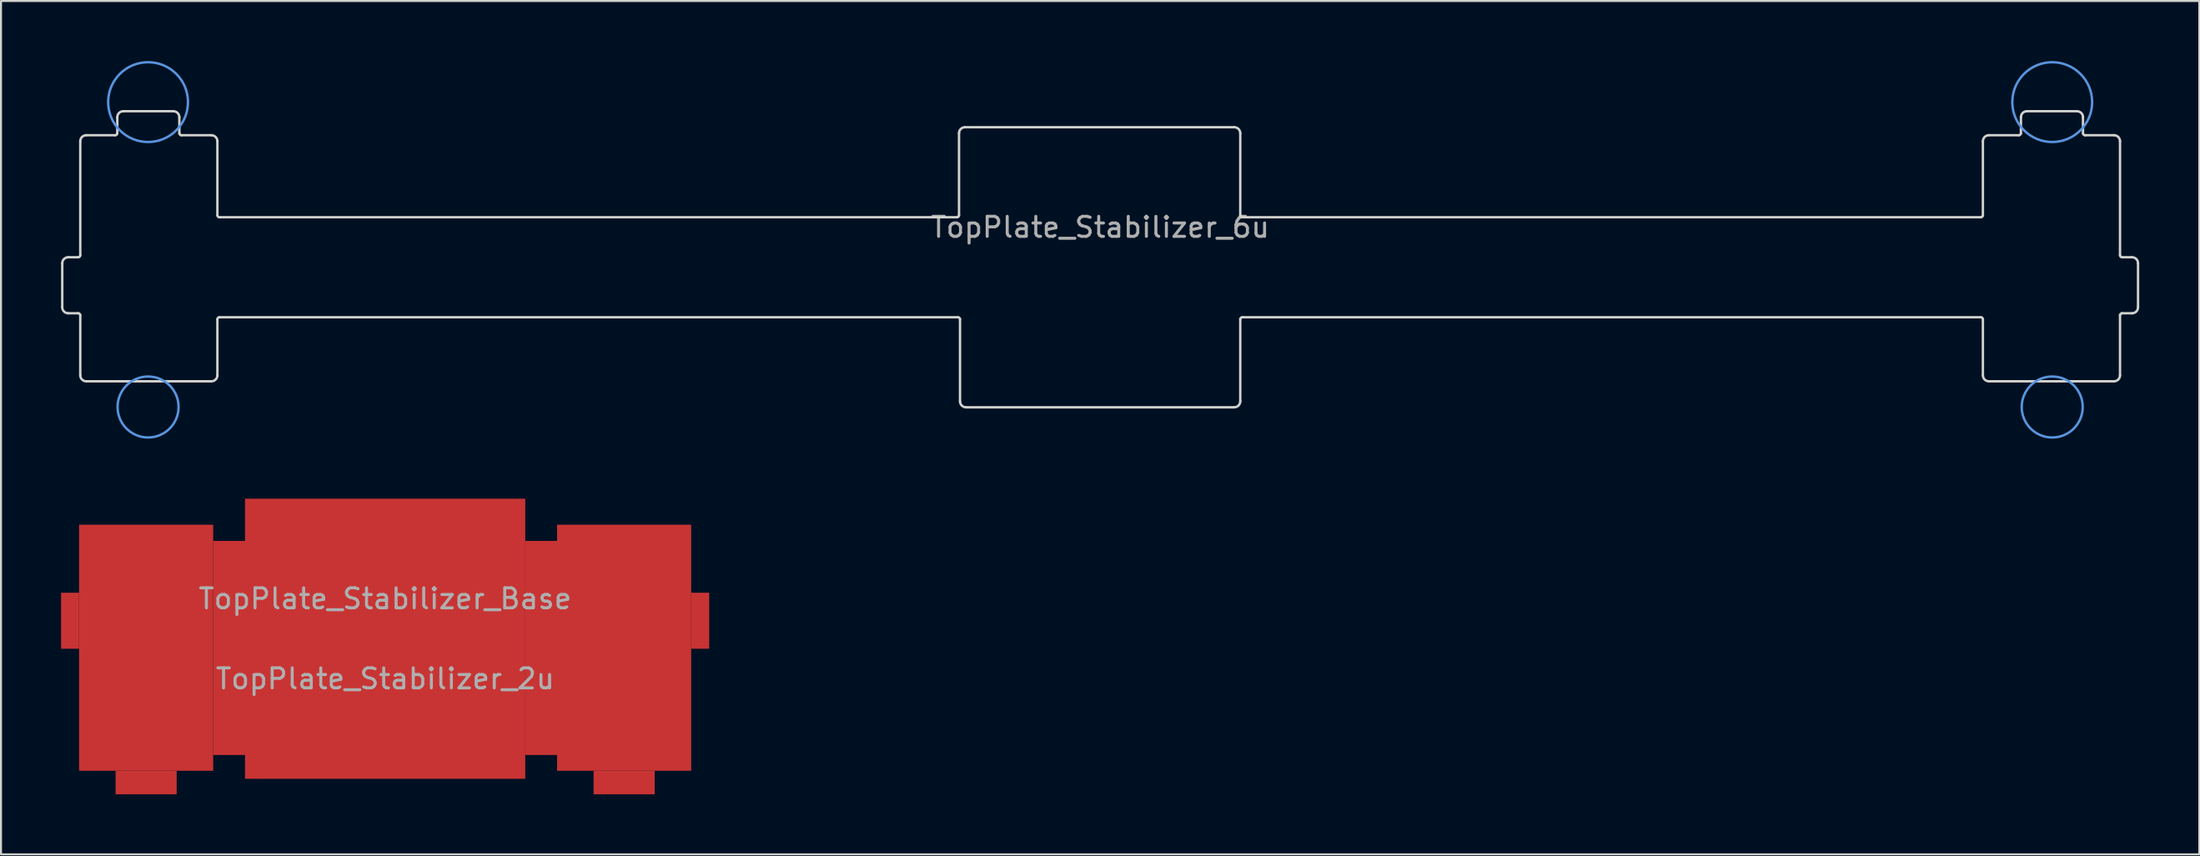
<source format=kicad_pcb>
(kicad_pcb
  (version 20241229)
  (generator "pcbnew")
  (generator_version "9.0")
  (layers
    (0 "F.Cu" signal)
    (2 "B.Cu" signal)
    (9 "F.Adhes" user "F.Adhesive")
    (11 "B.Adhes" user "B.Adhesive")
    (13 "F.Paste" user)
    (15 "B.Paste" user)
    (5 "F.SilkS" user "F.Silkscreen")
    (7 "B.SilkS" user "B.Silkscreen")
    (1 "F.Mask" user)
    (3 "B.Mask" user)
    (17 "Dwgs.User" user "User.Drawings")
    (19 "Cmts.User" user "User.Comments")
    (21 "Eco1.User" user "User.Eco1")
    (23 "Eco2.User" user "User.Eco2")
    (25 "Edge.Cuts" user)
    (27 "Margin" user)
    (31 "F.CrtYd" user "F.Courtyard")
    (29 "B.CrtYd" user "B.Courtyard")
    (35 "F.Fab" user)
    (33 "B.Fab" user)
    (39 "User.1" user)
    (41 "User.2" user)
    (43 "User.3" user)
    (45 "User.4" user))
  (footprint "TopPlate_Stabilizer_6u"
    (layer "F.Cu")
    (at 51.91 10.309)
    (property "Reference" "TopPlate_Stabilizer_6u" (at 0 -2 180) (layer "F.Fab") (effects (font (size 1 1) (thickness 0.15))))
    (attr through_hole)
    (fp_circle (center -47.563 -8.255) (end -45.569 -8.255) (stroke (width 0.12) (type solid)) (fill no) (layer "Cmts.User"))
    (fp_circle (center -47.563 6.985) (end -46.039 6.985) (stroke (width 0.12) (type solid)) (fill no) (layer "Cmts.User"))
    (fp_circle (center 47.563 -8.255) (end 49.557 -8.255) (stroke (width 0.12) (type solid)) (fill no) (layer "Cmts.User"))
    (fp_circle (center 47.563 6.985) (end 49.087 6.985) (stroke (width 0.12) (type solid)) (fill no) (layer "Cmts.User"))
    (fp_line (start -51.85 2) (end -51.85 -0.2) (stroke (width 0.12) (type solid)) (layer "Edge.Cuts"))
    (fp_line (start -51.55 -0.5) (end -51.05 -0.5) (stroke (width 0.12) (type solid)) (layer "Edge.Cuts"))
    (fp_line (start -51.05 2.3) (end -51.55 2.3) (stroke (width 0.12) (type solid)) (layer "Edge.Cuts"))
    (fp_line (start -50.95 -0.6) (end -50.95 -6.3) (stroke (width 0.12) (type solid)) (layer "Edge.Cuts"))
    (fp_line (start -50.95 5.4) (end -50.95 2.4) (stroke (width 0.12) (type solid)) (layer "Edge.Cuts"))
    (fp_line (start -50.65 -6.6) (end -49.2 -6.6) (stroke (width 0.12) (type solid)) (layer "Edge.Cuts"))
    (fp_line (start -49.1 -6.7) (end -49.1 -7.5) (stroke (width 0.12) (type solid)) (layer "Edge.Cuts"))
    (fp_line (start -48.8 -7.8) (end -46.3 -7.8) (stroke (width 0.12) (type solid)) (layer "Edge.Cuts"))
    (fp_line (start -46 -7.5) (end -46 -6.7) (stroke (width 0.12) (type solid)) (layer "Edge.Cuts"))
    (fp_line (start -45.9 -6.6) (end -44.4 -6.6) (stroke (width 0.12) (type solid)) (layer "Edge.Cuts"))
    (fp_line (start -44.4 5.7) (end -50.65 5.7) (stroke (width 0.12) (type solid)) (layer "Edge.Cuts"))
    (fp_line (start -44.1 -6.3) (end -44.1 -2.6) (stroke (width 0.12) (type solid)) (layer "Edge.Cuts"))
    (fp_line (start -44.1 2.6) (end -44.1 5.4) (stroke (width 0.12) (type solid)) (layer "Edge.Cuts"))
    (fp_line (start -44 -2.5) (end -7.15 -2.5) (stroke (width 0.12) (type solid)) (layer "Edge.Cuts"))
    (fp_line (start -7.1 2.5) (end -44 2.5) (stroke (width 0.12) (type solid)) (layer "Edge.Cuts"))
    (fp_line (start -7.05 -2.6) (end -7.05 -6.7) (stroke (width 0.12) (type solid)) (layer "Edge.Cuts"))
    (fp_line (start -7 6.7) (end -7 2.6) (stroke (width 0.12) (type solid)) (layer "Edge.Cuts"))
    (fp_line (start -6.75 -7) (end 6.7 -7) (stroke (width 0.12) (type solid)) (layer "Edge.Cuts"))
    (fp_line (start 6.7 7) (end -6.7 7) (stroke (width 0.12) (type solid)) (layer "Edge.Cuts"))
    (fp_line (start 7 -6.7) (end 7 -2.6) (stroke (width 0.12) (type solid)) (layer "Edge.Cuts"))
    (fp_line (start 7 2.6) (end 7 6.7) (stroke (width 0.12) (type solid)) (layer "Edge.Cuts"))
    (fp_line (start 7.1 -2.5) (end 44 -2.5) (stroke (width 0.12) (type solid)) (layer "Edge.Cuts"))
    (fp_line (start 44 2.5) (end 7.1 2.5) (stroke (width 0.12) (type solid)) (layer "Edge.Cuts"))
    (fp_line (start 44.1 -2.6) (end 44.1 -6.3) (stroke (width 0.12) (type solid)) (layer "Edge.Cuts"))
    (fp_line (start 44.1 5.4) (end 44.1 2.6) (stroke (width 0.12) (type solid)) (layer "Edge.Cuts"))
    (fp_line (start 44.4 -6.6) (end 45.9 -6.6) (stroke (width 0.12) (type solid)) (layer "Edge.Cuts"))
    (fp_line (start 46 -6.7) (end 46 -7.5) (stroke (width 0.12) (type solid)) (layer "Edge.Cuts"))
    (fp_line (start 46.3 -7.8) (end 48.8 -7.8) (stroke (width 0.12) (type solid)) (layer "Edge.Cuts"))
    (fp_line (start 49.1 -7.5) (end 49.1 -6.7) (stroke (width 0.12) (type solid)) (layer "Edge.Cuts"))
    (fp_line (start 49.2 -6.6) (end 50.65 -6.6) (stroke (width 0.12) (type solid)) (layer "Edge.Cuts"))
    (fp_line (start 50.65 5.7) (end 44.4 5.7) (stroke (width 0.12) (type solid)) (layer "Edge.Cuts"))
    (fp_line (start 50.95 -6.3) (end 50.95 -0.6) (stroke (width 0.12) (type solid)) (layer "Edge.Cuts"))
    (fp_line (start 50.95 2.4) (end 50.95 5.4) (stroke (width 0.12) (type solid)) (layer "Edge.Cuts"))
    (fp_line (start 51.05 -0.5) (end 51.55 -0.5) (stroke (width 0.12) (type solid)) (layer "Edge.Cuts"))
    (fp_line (start 51.55 2.3) (end 51.05 2.3) (stroke (width 0.12) (type solid)) (layer "Edge.Cuts"))
    (fp_line (start 51.85 -0.2) (end 51.85 2) (stroke (width 0.12) (type solid)) (layer "Edge.Cuts"))
    (fp_arc (start -51.85 -0.2) (mid -51.762132 -0.412132) (end -51.55 -0.5) (stroke (width 0.12) (type solid)) (layer "Edge.Cuts"))
    (fp_arc (start -51.55 2.3) (mid -51.762132 2.212132) (end -51.85 2) (stroke (width 0.12) (type solid)) (layer "Edge.Cuts"))
    (fp_arc (start -51.05 2.3) (mid -50.979289 2.329289) (end -50.95 2.4) (stroke (width 0.12) (type solid)) (layer "Edge.Cuts"))
    (fp_arc (start -50.95 -6.3) (mid -50.862132 -6.512132) (end -50.65 -6.6) (stroke (width 0.12) (type solid)) (layer "Edge.Cuts"))
    (fp_arc (start -50.95 -0.6) (mid -50.979289 -0.529289) (end -51.05 -0.5) (stroke (width 0.12) (type solid)) (layer "Edge.Cuts"))
    (fp_arc (start -50.65 5.7) (mid -50.862132 5.612132) (end -50.95 5.4) (stroke (width 0.12) (type solid)) (layer "Edge.Cuts"))
    (fp_arc (start -49.1 -7.5) (mid -49.012132 -7.712132) (end -48.8 -7.8) (stroke (width 0.12) (type solid)) (layer "Edge.Cuts"))
    (fp_arc (start -49.1 -6.7) (mid -49.129289 -6.629289) (end -49.2 -6.6) (stroke (width 0.12) (type solid)) (layer "Edge.Cuts"))
    (fp_arc (start -46.3 -7.8) (mid -46.087868 -7.712132) (end -46 -7.5) (stroke (width 0.12) (type solid)) (layer "Edge.Cuts"))
    (fp_arc (start -45.9 -6.6) (mid -45.970711 -6.629289) (end -46 -6.7) (stroke (width 0.12) (type solid)) (layer "Edge.Cuts"))
    (fp_arc (start -44.4 -6.6) (mid -44.187868 -6.512132) (end -44.1 -6.3) (stroke (width 0.12) (type solid)) (layer "Edge.Cuts"))
    (fp_arc (start -44.1 2.6) (mid -44.070711 2.529289) (end -44 2.5) (stroke (width 0.12) (type solid)) (layer "Edge.Cuts"))
    (fp_arc (start -44.1 5.4) (mid -44.187868 5.612132) (end -44.4 5.7) (stroke (width 0.12) (type solid)) (layer "Edge.Cuts"))
    (fp_arc (start -44 -2.5) (mid -44.070711 -2.529289) (end -44.1 -2.6) (stroke (width 0.12) (type solid)) (layer "Edge.Cuts"))
    (fp_arc (start -7.1 2.5) (mid -7.029289 2.529289) (end -7 2.6) (stroke (width 0.12) (type solid)) (layer "Edge.Cuts"))
    (fp_arc (start -7.05 -6.7) (mid -6.962132 -6.912132) (end -6.75 -7) (stroke (width 0.12) (type solid)) (layer "Edge.Cuts"))
    (fp_arc (start -7.05 -2.6) (mid -7.079289 -2.529289) (end -7.15 -2.5) (stroke (width 0.12) (type solid)) (layer "Edge.Cuts"))
    (fp_arc (start -6.7 7) (mid -6.912132 6.912132) (end -7 6.7) (stroke (width 0.12) (type solid)) (layer "Edge.Cuts"))
    (fp_arc (start 6.7 -7) (mid 6.912132 -6.912132) (end 7 -6.7) (stroke (width 0.12) (type solid)) (layer "Edge.Cuts"))
    (fp_arc (start 7 2.6) (mid 7.029289 2.529289) (end 7.1 2.5) (stroke (width 0.12) (type solid)) (layer "Edge.Cuts"))
    (fp_arc (start 7 6.7) (mid 6.912132 6.912132) (end 6.7 7) (stroke (width 0.12) (type solid)) (layer "Edge.Cuts"))
    (fp_arc (start 7.1 -2.5) (mid 7.029289 -2.529289) (end 7 -2.6) (stroke (width 0.12) (type solid)) (layer "Edge.Cuts"))
    (fp_arc (start 44 2.5) (mid 44.070711 2.529289) (end 44.1 2.6) (stroke (width 0.12) (type solid)) (layer "Edge.Cuts"))
    (fp_arc (start 44.1 -6.3) (mid 44.187868 -6.512132) (end 44.4 -6.6) (stroke (width 0.12) (type solid)) (layer "Edge.Cuts"))
    (fp_arc (start 44.1 -2.6) (mid 44.070711 -2.529289) (end 44 -2.5) (stroke (width 0.12) (type solid)) (layer "Edge.Cuts"))
    (fp_arc (start 44.4 5.7) (mid 44.187868 5.612132) (end 44.1 5.4) (stroke (width 0.12) (type solid)) (layer "Edge.Cuts"))
    (fp_arc (start 46 -7.5) (mid 46.087868 -7.712132) (end 46.3 -7.8) (stroke (width 0.12) (type solid)) (layer "Edge.Cuts"))
    (fp_arc (start 46 -6.7) (mid 45.970711 -6.629289) (end 45.9 -6.6) (stroke (width 0.12) (type solid)) (layer "Edge.Cuts"))
    (fp_arc (start 48.8 -7.8) (mid 49.012132 -7.712132) (end 49.1 -7.5) (stroke (width 0.12) (type solid)) (layer "Edge.Cuts"))
    (fp_arc (start 49.2 -6.6) (mid 49.129289 -6.629289) (end 49.1 -6.7) (stroke (width 0.12) (type solid)) (layer "Edge.Cuts"))
    (fp_arc (start 50.65 -6.6) (mid 50.862132 -6.512132) (end 50.95 -6.3) (stroke (width 0.12) (type solid)) (layer "Edge.Cuts"))
    (fp_arc (start 50.95 2.4) (mid 50.979289 2.329289) (end 51.05 2.3) (stroke (width 0.12) (type solid)) (layer "Edge.Cuts"))
    (fp_arc (start 50.95 5.4) (mid 50.862132 5.612132) (end 50.65 5.7) (stroke (width 0.12) (type solid)) (layer "Edge.Cuts"))
    (fp_arc (start 51.05 -0.5) (mid 50.979289 -0.529289) (end 50.95 -0.6) (stroke (width 0.12) (type solid)) (layer "Edge.Cuts"))
    (fp_arc (start 51.55 -0.5) (mid 51.762132 -0.412132) (end 51.85 -0.2) (stroke (width 0.12) (type solid)) (layer "Edge.Cuts"))
    (fp_arc (start 51.85 2) (mid 51.762132 2.212132) (end 51.55 2.3) (stroke (width 0.12) (type solid)) (layer "Edge.Cuts")))
  (footprint "TopPlate_Stabilizer_Base"
    (layer "F.Cu")
    (at 16.19 28.878)
    (property "Reference" "TopPlate_Stabilizer_Base" (at 0 -2 0) (layer "F.Fab") (effects (font (size 1 1) (thickness 0.15))))
    (attr through_hole)
    (fp_text user "TopPlate_Stabilizer_2u" (at 0 2 0) (layer "F.Fab") (effects (font (size 1 1) (thickness 0.15))))
    (pad "" smd rect (at 0 0) (size 14 14) (layers "F.Cu" "F.Mask" "F.Paste"))
    (pad "1" smd rect (at -11.94 0.45) (size 6.7 12.3) (layers "F.Cu" "F.Mask" "F.Paste"))
    (pad "1" smd rect (at 11.94 0.45) (size 6.7 12.3) (layers "F.Cu" "F.Mask" "F.Paste"))
    (pad "2" smd rect (at -11.94 7.19) (size 3.05 1.17) (layers "F.Cu" "F.Mask" "F.Paste"))
    (pad "2" smd rect (at 11.94 7.19) (size 3.05 1.17) (layers "F.Cu" "F.Mask" "F.Paste"))
    (pad "3" smd rect (at -15.74 -0.9) (size 0.9 2.8) (layers "F.Cu" "F.Mask" "F.Paste"))
    (pad "3" smd rect (at 15.74 -0.9) (size 0.9 2.8) (layers "F.Cu" "F.Mask" "F.Paste"))
    (pad "4" smd rect (at -7.79 0.46) (size 1.6 10.7) (layers "F.Cu" "F.Mask" "F.Paste"))
    (pad "4" smd rect (at 7.79 0.46) (size 1.6 10.7) (layers "F.Cu" "F.Mask" "F.Paste")))
  (gr_rect
    (start -3 -3)
    (end 106.82 39.653)
    (stroke (width 0.1) (type default))
    (fill no)
    (layer "Edge.Cuts")))
</source>
